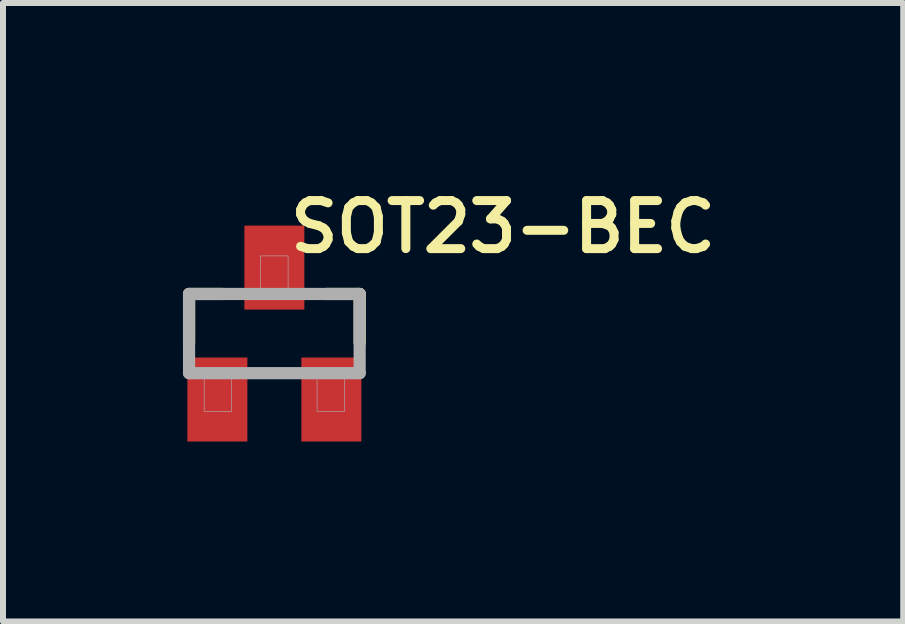
<source format=kicad_pcb>
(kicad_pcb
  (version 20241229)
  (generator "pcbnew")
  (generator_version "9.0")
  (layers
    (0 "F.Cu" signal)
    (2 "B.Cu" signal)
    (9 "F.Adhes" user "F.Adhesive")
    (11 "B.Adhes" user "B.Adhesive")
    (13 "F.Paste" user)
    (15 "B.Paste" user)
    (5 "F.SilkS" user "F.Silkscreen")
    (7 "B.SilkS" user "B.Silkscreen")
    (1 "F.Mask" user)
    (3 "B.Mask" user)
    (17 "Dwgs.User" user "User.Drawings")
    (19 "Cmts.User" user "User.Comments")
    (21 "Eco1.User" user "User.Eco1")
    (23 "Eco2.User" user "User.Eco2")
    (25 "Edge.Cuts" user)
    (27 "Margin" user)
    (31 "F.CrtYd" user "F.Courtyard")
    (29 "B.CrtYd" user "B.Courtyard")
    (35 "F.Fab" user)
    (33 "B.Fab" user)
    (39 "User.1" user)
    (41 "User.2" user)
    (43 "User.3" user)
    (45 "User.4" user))
  (footprint "SOT23-BEC"
    (layer "F.Cu")
    (at 1.524 2.511)
    (property "Reference" "SOT23-BEC" (at 3.813 -1.779 0) (layer "F.SilkS") (effects (font (size 0.801 0.801) (thickness 0.15))))
    (attr through_hole)
    (fp_line (start -1.422 -0.66) (end -0.864 -0.66) (stroke (width 0.203) (type solid)) (layer "F.SilkS"))
    (fp_line (start -1.422 0.152) (end -1.422 -0.66) (stroke (width 0.203) (type solid)) (layer "F.SilkS"))
    (fp_line (start 0.864 -0.66) (end 1.422 -0.66) (stroke (width 0.203) (type solid)) (layer "F.SilkS"))
    (fp_line (start 1.422 -0.66) (end 1.422 0.152) (stroke (width 0.203) (type solid)) (layer "F.SilkS"))
    (fp_line (start -1.422 -0.66) (end 1.422 -0.66) (stroke (width 0.203) (type solid)) (layer "F.Fab"))
    (fp_line (start -1.422 0.66) (end -1.422 -0.66) (stroke (width 0.203) (type solid)) (layer "F.Fab"))
    (fp_line (start 1.422 -0.66) (end 1.422 0.66) (stroke (width 0.203) (type solid)) (layer "F.Fab"))
    (fp_line (start 1.422 0.66) (end -1.422 0.66) (stroke (width 0.203) (type solid)) (layer "F.Fab"))
    (fp_poly (pts (xy -1.17 0.711) (xy -0.711 0.711) (xy -0.711 1.297) (xy -1.17 1.297)) (stroke (width 0.01) (type solid)) (fill no) (layer "F.Fab"))
    (fp_poly (pts (xy -0.229 -1.295) (xy 0.229 -1.295) (xy 0.229 -0.712) (xy -0.229 -0.712)) (stroke (width 0.01) (type solid)) (fill no) (layer "F.Fab"))
    (fp_poly (pts (xy 0.712 0.711) (xy 1.168 0.711) (xy 1.168 1.297) (xy 0.712 1.297)) (stroke (width 0.01) (type solid)) (fill no) (layer "F.Fab"))
    (pad "B" smd rect (at -0.95 1.1) (size 1 1.4) (layers "F.Cu" "F.Mask" "F.Paste"))
    (pad "C" smd rect (at 0 -1.1) (size 1 1.4) (layers "F.Cu" "F.Mask" "F.Paste"))
    (pad "E" smd rect (at 0.95 1.1) (size 1 1.4) (layers "F.Cu" "F.Mask" "F.Paste")))
  (gr_rect
    (start -3 -3)
    (end 12.008 7.311)
    (stroke (width 0.1) (type default))
    (fill no)
    (layer "Edge.Cuts")))
</source>
